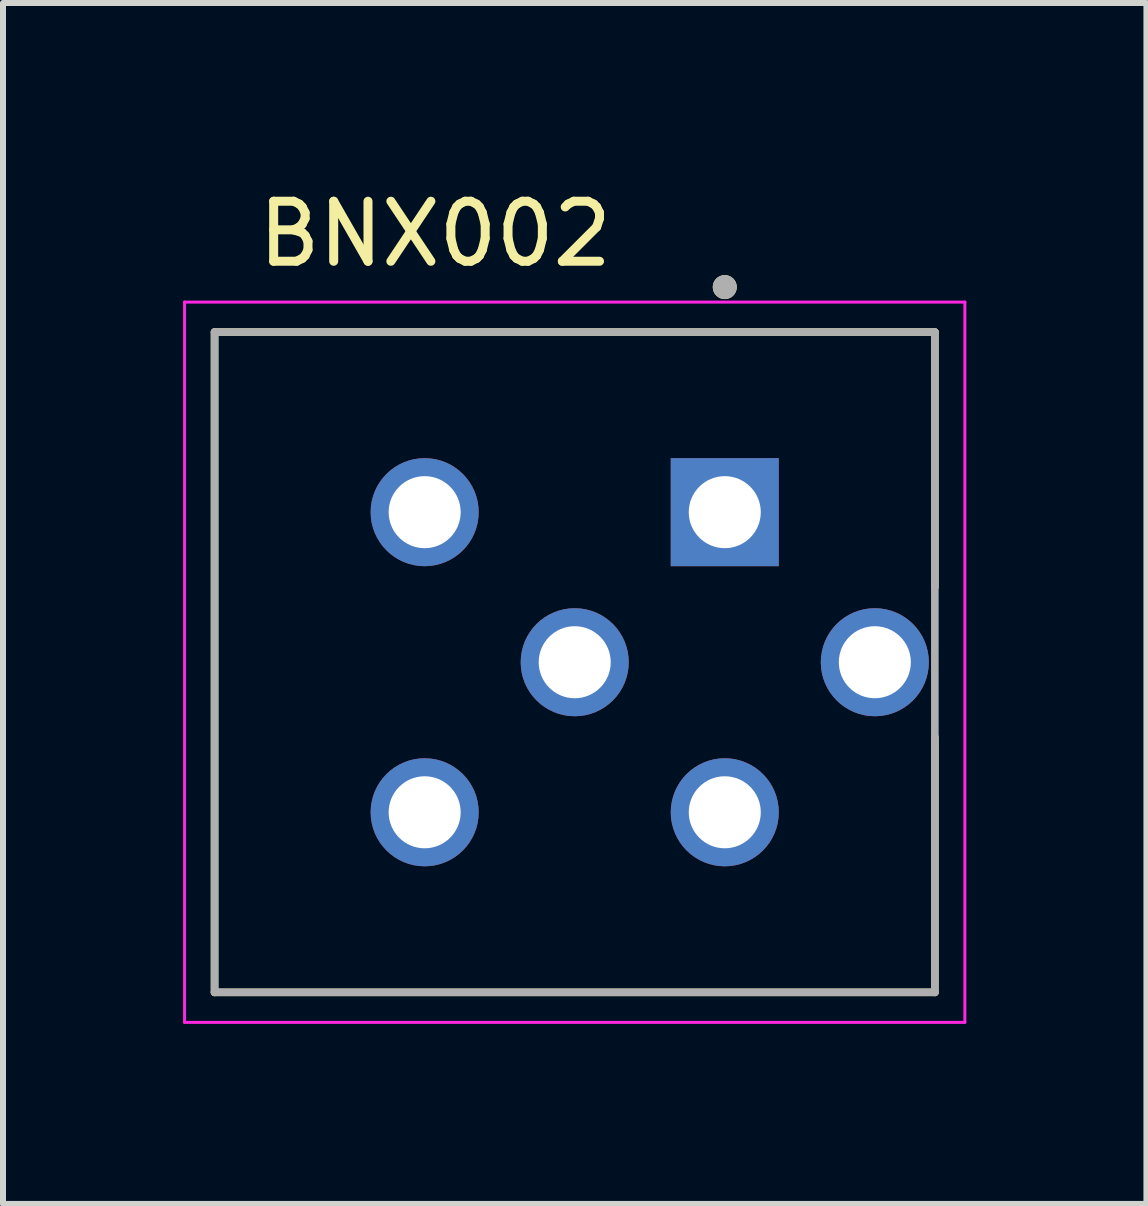
<source format=kicad_pcb>
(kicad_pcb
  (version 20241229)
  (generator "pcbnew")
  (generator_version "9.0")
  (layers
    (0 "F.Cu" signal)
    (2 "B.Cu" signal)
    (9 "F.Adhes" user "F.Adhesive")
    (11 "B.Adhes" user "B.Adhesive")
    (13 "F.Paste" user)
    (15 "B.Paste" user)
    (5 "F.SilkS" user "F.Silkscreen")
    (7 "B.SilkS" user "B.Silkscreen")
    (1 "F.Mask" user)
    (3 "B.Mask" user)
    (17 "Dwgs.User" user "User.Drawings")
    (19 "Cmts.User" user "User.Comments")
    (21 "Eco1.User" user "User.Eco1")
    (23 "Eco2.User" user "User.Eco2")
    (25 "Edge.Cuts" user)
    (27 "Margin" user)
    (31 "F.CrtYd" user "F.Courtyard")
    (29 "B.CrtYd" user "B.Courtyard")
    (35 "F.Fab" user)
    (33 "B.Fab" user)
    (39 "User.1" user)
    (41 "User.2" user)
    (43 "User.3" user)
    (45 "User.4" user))
  (footprint "BNX002"
    (layer "F.Cu")
    (at 6.525 7.983)
    (property "Reference" "BNX002" (at -2.325 -7.135 0) (layer "F.SilkS") (effects (font (size 1 1) (thickness 0.15))))
    (attr through_hole)
    (fp_line (start -6 -5.5) (end 6 -5.5) (stroke (width 0.127) (type solid)) (layer "F.SilkS"))
    (fp_line (start -6 5.5) (end -6 -5.5) (stroke (width 0.127) (type solid)) (layer "F.SilkS"))
    (fp_line (start 6 -5.5) (end 6 -1.25) (stroke (width 0.127) (type solid)) (layer "F.SilkS"))
    (fp_line (start 6 1.25) (end 6 5.5) (stroke (width 0.127) (type solid)) (layer "F.SilkS"))
    (fp_line (start 6 5.5) (end -6 5.5) (stroke (width 0.127) (type solid)) (layer "F.SilkS"))
    (fp_circle (center 2.5 -6.25) (end 2.6 -6.25) (stroke (width 0.2) (type solid)) (fill no) (layer "F.SilkS"))
    (fp_line (start -6.5 -6) (end 6.5 -6) (stroke (width 0.05) (type solid)) (layer "F.CrtYd"))
    (fp_line (start -6.5 6) (end -6.5 -6) (stroke (width 0.05) (type solid)) (layer "F.CrtYd"))
    (fp_line (start 6.5 -6) (end 6.5 6) (stroke (width 0.05) (type solid)) (layer "F.CrtYd"))
    (fp_line (start 6.5 6) (end -6.5 6) (stroke (width 0.05) (type solid)) (layer "F.CrtYd"))
    (fp_line (start -6 -5.5) (end 6 -5.5) (stroke (width 0.127) (type solid)) (layer "F.Fab"))
    (fp_line (start -6 5.5) (end -6 -5.5) (stroke (width 0.127) (type solid)) (layer "F.Fab"))
    (fp_line (start 6 -5.5) (end 6 5.5) (stroke (width 0.127) (type solid)) (layer "F.Fab"))
    (fp_line (start 6 5.5) (end -6 5.5) (stroke (width 0.127) (type solid)) (layer "F.Fab"))
    (fp_circle (center 2.5 -6.25) (end 2.6 -6.25) (stroke (width 0.2) (type solid)) (fill no) (layer "F.Fab"))
    (pad "1" thru_hole rect (at 2.5 -2.5) (size 1.8 1.8) (drill 1.2) (layers "*.Cu" "*.Mask"))
    (pad "2" thru_hole circle (at 2.5 2.5) (size 1.8 1.8) (drill 1.2) (layers "*.Cu" "*.Mask"))
    (pad "3" thru_hole circle (at -2.5 -2.5) (size 1.8 1.8) (drill 1.2) (layers "*.Cu" "*.Mask"))
    (pad "4_1" thru_hole circle (at -2.5 2.5) (size 1.8 1.8) (drill 1.2) (layers "*.Cu" "*.Mask"))
    (pad "4_2" thru_hole circle (at 0 0) (size 1.8 1.8) (drill 1.2) (layers "*.Cu" "*.Mask"))
    (pad "4_3" thru_hole circle (at 5 0) (size 1.8 1.8) (drill 1.2) (layers "*.Cu" "*.Mask")))
  (gr_rect
    (start -3 -3)
    (end 16.05 17.008)
    (stroke (width 0.1) (type default))
    (fill no)
    (layer "Edge.Cuts")))
</source>
